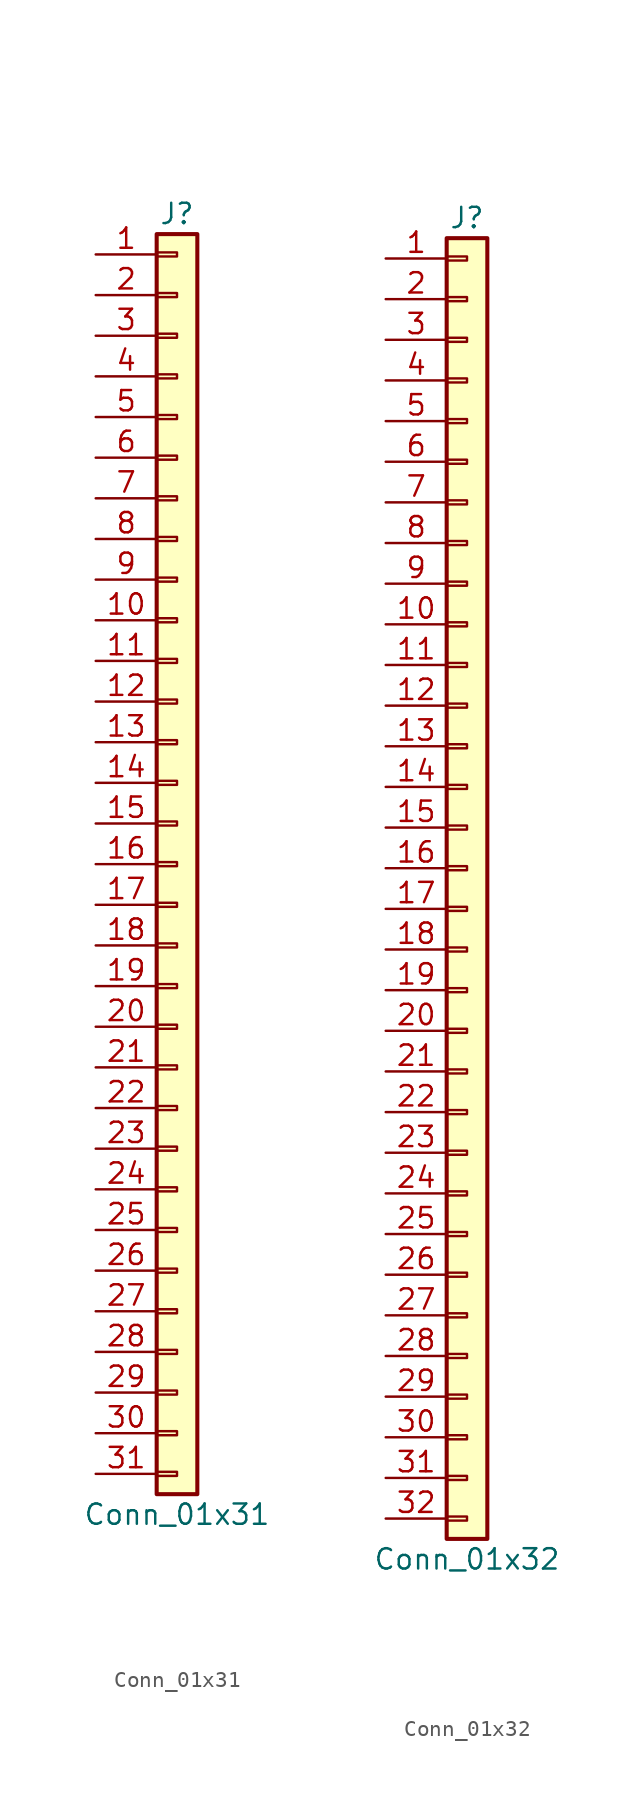
<source format=kicad_sym>
(kicad_symbol_lib
  (version 20220914)
  (generator kicad_symbol_editor)
  (symbol "Conn_01x31"
    (pin_names
      (offset 1.016) hide)
    (property "Reference" "J"
      (at 0 40.64 0)
      (effects (font (size 1.27 1.27))))
    (property "Value" "Conn_01x31"
      (at 0 -40.64 0)
      (effects (font (size 1.27 1.27))))
    (symbol "Conn_01x31_1_1"
      (rectangle (start -1.27 -37.973) (end 0 -38.227) (stroke (width 0.152) (type default)) (fill (type none)))
      (rectangle (start -1.27 -35.433) (end 0 -35.687) (stroke (width 0.152) (type default)) (fill (type none)))
      (rectangle (start -1.27 -32.893) (end 0 -33.147) (stroke (width 0.152) (type default)) (fill (type none)))
      (rectangle (start -1.27 -30.353) (end 0 -30.607) (stroke (width 0.152) (type default)) (fill (type none)))
      (rectangle (start -1.27 -27.813) (end 0 -28.067) (stroke (width 0.152) (type default)) (fill (type none)))
      (rectangle (start -1.27 -25.273) (end 0 -25.527) (stroke (width 0.152) (type default)) (fill (type none)))
      (rectangle (start -1.27 -22.733) (end 0 -22.987) (stroke (width 0.152) (type default)) (fill (type none)))
      (rectangle (start -1.27 -20.193) (end 0 -20.447) (stroke (width 0.152) (type default)) (fill (type none)))
      (rectangle (start -1.27 -17.653) (end 0 -17.907) (stroke (width 0.152) (type default)) (fill (type none)))
      (rectangle (start -1.27 -15.113) (end 0 -15.367) (stroke (width 0.152) (type default)) (fill (type none)))
      (rectangle (start -1.27 -12.573) (end 0 -12.827) (stroke (width 0.152) (type default)) (fill (type none)))
      (rectangle (start -1.27 -10.033) (end 0 -10.287) (stroke (width 0.152) (type default)) (fill (type none)))
      (rectangle (start -1.27 -7.493) (end 0 -7.747) (stroke (width 0.152) (type default)) (fill (type none)))
      (rectangle (start -1.27 -4.953) (end 0 -5.207) (stroke (width 0.152) (type default)) (fill (type none)))
      (rectangle (start -1.27 -2.413) (end 0 -2.667) (stroke (width 0.152) (type default)) (fill (type none)))
      (rectangle (start -1.27 0.127) (end 0 -0.127) (stroke (width 0.152) (type default)) (fill (type none)))
      (rectangle (start -1.27 2.667) (end 0 2.413) (stroke (width 0.152) (type default)) (fill (type none)))
      (rectangle (start -1.27 5.207) (end 0 4.953) (stroke (width 0.152) (type default)) (fill (type none)))
      (rectangle (start -1.27 7.747) (end 0 7.493) (stroke (width 0.152) (type default)) (fill (type none)))
      (rectangle (start -1.27 10.287) (end 0 10.033) (stroke (width 0.152) (type default)) (fill (type none)))
      (rectangle (start -1.27 12.827) (end 0 12.573) (stroke (width 0.152) (type default)) (fill (type none)))
      (rectangle (start -1.27 15.367) (end 0 15.113) (stroke (width 0.152) (type default)) (fill (type none)))
      (rectangle (start -1.27 17.907) (end 0 17.653) (stroke (width 0.152) (type default)) (fill (type none)))
      (rectangle (start -1.27 20.447) (end 0 20.193) (stroke (width 0.152) (type default)) (fill (type none)))
      (rectangle (start -1.27 22.987) (end 0 22.733) (stroke (width 0.152) (type default)) (fill (type none)))
      (rectangle (start -1.27 25.527) (end 0 25.273) (stroke (width 0.152) (type default)) (fill (type none)))
      (rectangle (start -1.27 28.067) (end 0 27.813) (stroke (width 0.152) (type default)) (fill (type none)))
      (rectangle (start -1.27 30.607) (end 0 30.353) (stroke (width 0.152) (type default)) (fill (type none)))
      (rectangle (start -1.27 33.147) (end 0 32.893) (stroke (width 0.152) (type default)) (fill (type none)))
      (rectangle (start -1.27 35.687) (end 0 35.433) (stroke (width 0.152) (type default)) (fill (type none)))
      (rectangle (start -1.27 38.227) (end 0 37.973) (stroke (width 0.152) (type default)) (fill (type none)))
      (rectangle (start -1.27 39.37) (end 1.27 -39.37) (stroke (width 0.254) (type default)) (fill (type background)))
      (pin passive line (at -5.08 38.1 0) (length 3.81) (name "Pin_1" (effects (font (size 1.27 1.27)))) (number "1" (effects (font (size 1.27 1.27)))))
      (pin passive line (at -5.08 15.24 0) (length 3.81) (name "Pin_10" (effects (font (size 1.27 1.27)))) (number "10" (effects (font (size 1.27 1.27)))))
      (pin passive line (at -5.08 12.7 0) (length 3.81) (name "Pin_11" (effects (font (size 1.27 1.27)))) (number "11" (effects (font (size 1.27 1.27)))))
      (pin passive line (at -5.08 10.16 0) (length 3.81) (name "Pin_12" (effects (font (size 1.27 1.27)))) (number "12" (effects (font (size 1.27 1.27)))))
      (pin passive line (at -5.08 7.62 0) (length 3.81) (name "Pin_13" (effects (font (size 1.27 1.27)))) (number "13" (effects (font (size 1.27 1.27)))))
      (pin passive line (at -5.08 5.08 0) (length 3.81) (name "Pin_14" (effects (font (size 1.27 1.27)))) (number "14" (effects (font (size 1.27 1.27)))))
      (pin passive line (at -5.08 2.54 0) (length 3.81) (name "Pin_15" (effects (font (size 1.27 1.27)))) (number "15" (effects (font (size 1.27 1.27)))))
      (pin passive line (at -5.08 0 0) (length 3.81) (name "Pin_16" (effects (font (size 1.27 1.27)))) (number "16" (effects (font (size 1.27 1.27)))))
      (pin passive line (at -5.08 -2.54 0) (length 3.81) (name "Pin_17" (effects (font (size 1.27 1.27)))) (number "17" (effects (font (size 1.27 1.27)))))
      (pin passive line (at -5.08 -5.08 0) (length 3.81) (name "Pin_18" (effects (font (size 1.27 1.27)))) (number "18" (effects (font (size 1.27 1.27)))))
      (pin passive line (at -5.08 -7.62 0) (length 3.81) (name "Pin_19" (effects (font (size 1.27 1.27)))) (number "19" (effects (font (size 1.27 1.27)))))
      (pin passive line (at -5.08 35.56 0) (length 3.81) (name "Pin_2" (effects (font (size 1.27 1.27)))) (number "2" (effects (font (size 1.27 1.27)))))
      (pin passive line (at -5.08 -10.16 0) (length 3.81) (name "Pin_20" (effects (font (size 1.27 1.27)))) (number "20" (effects (font (size 1.27 1.27)))))
      (pin passive line (at -5.08 -12.7 0) (length 3.81) (name "Pin_21" (effects (font (size 1.27 1.27)))) (number "21" (effects (font (size 1.27 1.27)))))
      (pin passive line (at -5.08 -15.24 0) (length 3.81) (name "Pin_22" (effects (font (size 1.27 1.27)))) (number "22" (effects (font (size 1.27 1.27)))))
      (pin passive line (at -5.08 -17.78 0) (length 3.81) (name "Pin_23" (effects (font (size 1.27 1.27)))) (number "23" (effects (font (size 1.27 1.27)))))
      (pin passive line (at -5.08 -20.32 0) (length 3.81) (name "Pin_24" (effects (font (size 1.27 1.27)))) (number "24" (effects (font (size 1.27 1.27)))))
      (pin passive line (at -5.08 -22.86 0) (length 3.81) (name "Pin_25" (effects (font (size 1.27 1.27)))) (number "25" (effects (font (size 1.27 1.27)))))
      (pin passive line (at -5.08 -25.4 0) (length 3.81) (name "Pin_26" (effects (font (size 1.27 1.27)))) (number "26" (effects (font (size 1.27 1.27)))))
      (pin passive line (at -5.08 -27.94 0) (length 3.81) (name "Pin_27" (effects (font (size 1.27 1.27)))) (number "27" (effects (font (size 1.27 1.27)))))
      (pin passive line (at -5.08 -30.48 0) (length 3.81) (name "Pin_28" (effects (font (size 1.27 1.27)))) (number "28" (effects (font (size 1.27 1.27)))))
      (pin passive line (at -5.08 -33.02 0) (length 3.81) (name "Pin_29" (effects (font (size 1.27 1.27)))) (number "29" (effects (font (size 1.27 1.27)))))
      (pin passive line (at -5.08 33.02 0) (length 3.81) (name "Pin_3" (effects (font (size 1.27 1.27)))) (number "3" (effects (font (size 1.27 1.27)))))
      (pin passive line (at -5.08 -35.56 0) (length 3.81) (name "Pin_30" (effects (font (size 1.27 1.27)))) (number "30" (effects (font (size 1.27 1.27)))))
      (pin passive line (at -5.08 -38.1 0) (length 3.81) (name "Pin_31" (effects (font (size 1.27 1.27)))) (number "31" (effects (font (size 1.27 1.27)))))
      (pin passive line (at -5.08 30.48 0) (length 3.81) (name "Pin_4" (effects (font (size 1.27 1.27)))) (number "4" (effects (font (size 1.27 1.27)))))
      (pin passive line (at -5.08 27.94 0) (length 3.81) (name "Pin_5" (effects (font (size 1.27 1.27)))) (number "5" (effects (font (size 1.27 1.27)))))
      (pin passive line (at -5.08 25.4 0) (length 3.81) (name "Pin_6" (effects (font (size 1.27 1.27)))) (number "6" (effects (font (size 1.27 1.27)))))
      (pin passive line (at -5.08 22.86 0) (length 3.81) (name "Pin_7" (effects (font (size 1.27 1.27)))) (number "7" (effects (font (size 1.27 1.27)))))
      (pin passive line (at -5.08 20.32 0) (length 3.81) (name "Pin_8" (effects (font (size 1.27 1.27)))) (number "8" (effects (font (size 1.27 1.27)))))
      (pin passive line (at -5.08 17.78 0) (length 3.81) (name "Pin_9" (effects (font (size 1.27 1.27)))) (number "9" (effects (font (size 1.27 1.27)))))))
  (symbol "Conn_01x32"
    (pin_names
      (offset 1.016) hide)
    (property "Reference" "J"
      (at 0 40.64 0)
      (effects (font (size 1.27 1.27))))
    (property "Value" "Conn_01x32"
      (at 0 -43.18 0)
      (effects (font (size 1.27 1.27))))
    (symbol "Conn_01x32_1_1"
      (rectangle (start -1.27 -40.513) (end 0 -40.767) (stroke (width 0.152) (type default)) (fill (type none)))
      (rectangle (start -1.27 -37.973) (end 0 -38.227) (stroke (width 0.152) (type default)) (fill (type none)))
      (rectangle (start -1.27 -35.433) (end 0 -35.687) (stroke (width 0.152) (type default)) (fill (type none)))
      (rectangle (start -1.27 -32.893) (end 0 -33.147) (stroke (width 0.152) (type default)) (fill (type none)))
      (rectangle (start -1.27 -30.353) (end 0 -30.607) (stroke (width 0.152) (type default)) (fill (type none)))
      (rectangle (start -1.27 -27.813) (end 0 -28.067) (stroke (width 0.152) (type default)) (fill (type none)))
      (rectangle (start -1.27 -25.273) (end 0 -25.527) (stroke (width 0.152) (type default)) (fill (type none)))
      (rectangle (start -1.27 -22.733) (end 0 -22.987) (stroke (width 0.152) (type default)) (fill (type none)))
      (rectangle (start -1.27 -20.193) (end 0 -20.447) (stroke (width 0.152) (type default)) (fill (type none)))
      (rectangle (start -1.27 -17.653) (end 0 -17.907) (stroke (width 0.152) (type default)) (fill (type none)))
      (rectangle (start -1.27 -15.113) (end 0 -15.367) (stroke (width 0.152) (type default)) (fill (type none)))
      (rectangle (start -1.27 -12.573) (end 0 -12.827) (stroke (width 0.152) (type default)) (fill (type none)))
      (rectangle (start -1.27 -10.033) (end 0 -10.287) (stroke (width 0.152) (type default)) (fill (type none)))
      (rectangle (start -1.27 -7.493) (end 0 -7.747) (stroke (width 0.152) (type default)) (fill (type none)))
      (rectangle (start -1.27 -4.953) (end 0 -5.207) (stroke (width 0.152) (type default)) (fill (type none)))
      (rectangle (start -1.27 -2.413) (end 0 -2.667) (stroke (width 0.152) (type default)) (fill (type none)))
      (rectangle (start -1.27 0.127) (end 0 -0.127) (stroke (width 0.152) (type default)) (fill (type none)))
      (rectangle (start -1.27 2.667) (end 0 2.413) (stroke (width 0.152) (type default)) (fill (type none)))
      (rectangle (start -1.27 5.207) (end 0 4.953) (stroke (width 0.152) (type default)) (fill (type none)))
      (rectangle (start -1.27 7.747) (end 0 7.493) (stroke (width 0.152) (type default)) (fill (type none)))
      (rectangle (start -1.27 10.287) (end 0 10.033) (stroke (width 0.152) (type default)) (fill (type none)))
      (rectangle (start -1.27 12.827) (end 0 12.573) (stroke (width 0.152) (type default)) (fill (type none)))
      (rectangle (start -1.27 15.367) (end 0 15.113) (stroke (width 0.152) (type default)) (fill (type none)))
      (rectangle (start -1.27 17.907) (end 0 17.653) (stroke (width 0.152) (type default)) (fill (type none)))
      (rectangle (start -1.27 20.447) (end 0 20.193) (stroke (width 0.152) (type default)) (fill (type none)))
      (rectangle (start -1.27 22.987) (end 0 22.733) (stroke (width 0.152) (type default)) (fill (type none)))
      (rectangle (start -1.27 25.527) (end 0 25.273) (stroke (width 0.152) (type default)) (fill (type none)))
      (rectangle (start -1.27 28.067) (end 0 27.813) (stroke (width 0.152) (type default)) (fill (type none)))
      (rectangle (start -1.27 30.607) (end 0 30.353) (stroke (width 0.152) (type default)) (fill (type none)))
      (rectangle (start -1.27 33.147) (end 0 32.893) (stroke (width 0.152) (type default)) (fill (type none)))
      (rectangle (start -1.27 35.687) (end 0 35.433) (stroke (width 0.152) (type default)) (fill (type none)))
      (rectangle (start -1.27 38.227) (end 0 37.973) (stroke (width 0.152) (type default)) (fill (type none)))
      (rectangle (start -1.27 39.37) (end 1.27 -41.91) (stroke (width 0.254) (type default)) (fill (type background)))
      (pin passive line (at -5.08 38.1 0) (length 3.81) (name "Pin_1" (effects (font (size 1.27 1.27)))) (number "1" (effects (font (size 1.27 1.27)))))
      (pin passive line (at -5.08 15.24 0) (length 3.81) (name "Pin_10" (effects (font (size 1.27 1.27)))) (number "10" (effects (font (size 1.27 1.27)))))
      (pin passive line (at -5.08 12.7 0) (length 3.81) (name "Pin_11" (effects (font (size 1.27 1.27)))) (number "11" (effects (font (size 1.27 1.27)))))
      (pin passive line (at -5.08 10.16 0) (length 3.81) (name "Pin_12" (effects (font (size 1.27 1.27)))) (number "12" (effects (font (size 1.27 1.27)))))
      (pin passive line (at -5.08 7.62 0) (length 3.81) (name "Pin_13" (effects (font (size 1.27 1.27)))) (number "13" (effects (font (size 1.27 1.27)))))
      (pin passive line (at -5.08 5.08 0) (length 3.81) (name "Pin_14" (effects (font (size 1.27 1.27)))) (number "14" (effects (font (size 1.27 1.27)))))
      (pin passive line (at -5.08 2.54 0) (length 3.81) (name "Pin_15" (effects (font (size 1.27 1.27)))) (number "15" (effects (font (size 1.27 1.27)))))
      (pin passive line (at -5.08 0 0) (length 3.81) (name "Pin_16" (effects (font (size 1.27 1.27)))) (number "16" (effects (font (size 1.27 1.27)))))
      (pin passive line (at -5.08 -2.54 0) (length 3.81) (name "Pin_17" (effects (font (size 1.27 1.27)))) (number "17" (effects (font (size 1.27 1.27)))))
      (pin passive line (at -5.08 -5.08 0) (length 3.81) (name "Pin_18" (effects (font (size 1.27 1.27)))) (number "18" (effects (font (size 1.27 1.27)))))
      (pin passive line (at -5.08 -7.62 0) (length 3.81) (name "Pin_19" (effects (font (size 1.27 1.27)))) (number "19" (effects (font (size 1.27 1.27)))))
      (pin passive line (at -5.08 35.56 0) (length 3.81) (name "Pin_2" (effects (font (size 1.27 1.27)))) (number "2" (effects (font (size 1.27 1.27)))))
      (pin passive line (at -5.08 -10.16 0) (length 3.81) (name "Pin_20" (effects (font (size 1.27 1.27)))) (number "20" (effects (font (size 1.27 1.27)))))
      (pin passive line (at -5.08 -12.7 0) (length 3.81) (name "Pin_21" (effects (font (size 1.27 1.27)))) (number "21" (effects (font (size 1.27 1.27)))))
      (pin passive line (at -5.08 -15.24 0) (length 3.81) (name "Pin_22" (effects (font (size 1.27 1.27)))) (number "22" (effects (font (size 1.27 1.27)))))
      (pin passive line (at -5.08 -17.78 0) (length 3.81) (name "Pin_23" (effects (font (size 1.27 1.27)))) (number "23" (effects (font (size 1.27 1.27)))))
      (pin passive line (at -5.08 -20.32 0) (length 3.81) (name "Pin_24" (effects (font (size 1.27 1.27)))) (number "24" (effects (font (size 1.27 1.27)))))
      (pin passive line (at -5.08 -22.86 0) (length 3.81) (name "Pin_25" (effects (font (size 1.27 1.27)))) (number "25" (effects (font (size 1.27 1.27)))))
      (pin passive line (at -5.08 -25.4 0) (length 3.81) (name "Pin_26" (effects (font (size 1.27 1.27)))) (number "26" (effects (font (size 1.27 1.27)))))
      (pin passive line (at -5.08 -27.94 0) (length 3.81) (name "Pin_27" (effects (font (size 1.27 1.27)))) (number "27" (effects (font (size 1.27 1.27)))))
      (pin passive line (at -5.08 -30.48 0) (length 3.81) (name "Pin_28" (effects (font (size 1.27 1.27)))) (number "28" (effects (font (size 1.27 1.27)))))
      (pin passive line (at -5.08 -33.02 0) (length 3.81) (name "Pin_29" (effects (font (size 1.27 1.27)))) (number "29" (effects (font (size 1.27 1.27)))))
      (pin passive line (at -5.08 33.02 0) (length 3.81) (name "Pin_3" (effects (font (size 1.27 1.27)))) (number "3" (effects (font (size 1.27 1.27)))))
      (pin passive line (at -5.08 -35.56 0) (length 3.81) (name "Pin_30" (effects (font (size 1.27 1.27)))) (number "30" (effects (font (size 1.27 1.27)))))
      (pin passive line (at -5.08 -38.1 0) (length 3.81) (name "Pin_31" (effects (font (size 1.27 1.27)))) (number "31" (effects (font (size 1.27 1.27)))))
      (pin passive line (at -5.08 -40.64 0) (length 3.81) (name "Pin_32" (effects (font (size 1.27 1.27)))) (number "32" (effects (font (size 1.27 1.27)))))
      (pin passive line (at -5.08 30.48 0) (length 3.81) (name "Pin_4" (effects (font (size 1.27 1.27)))) (number "4" (effects (font (size 1.27 1.27)))))
      (pin passive line (at -5.08 27.94 0) (length 3.81) (name "Pin_5" (effects (font (size 1.27 1.27)))) (number "5" (effects (font (size 1.27 1.27)))))
      (pin passive line (at -5.08 25.4 0) (length 3.81) (name "Pin_6" (effects (font (size 1.27 1.27)))) (number "6" (effects (font (size 1.27 1.27)))))
      (pin passive line (at -5.08 22.86 0) (length 3.81) (name "Pin_7" (effects (font (size 1.27 1.27)))) (number "7" (effects (font (size 1.27 1.27)))))
      (pin passive line (at -5.08 20.32 0) (length 3.81) (name "Pin_8" (effects (font (size 1.27 1.27)))) (number "8" (effects (font (size 1.27 1.27)))))
      (pin passive line (at -5.08 17.78 0) (length 3.81) (name "Pin_9" (effects (font (size 1.27 1.27)))) (number "9" (effects (font (size 1.27 1.27))))))))
</source>
